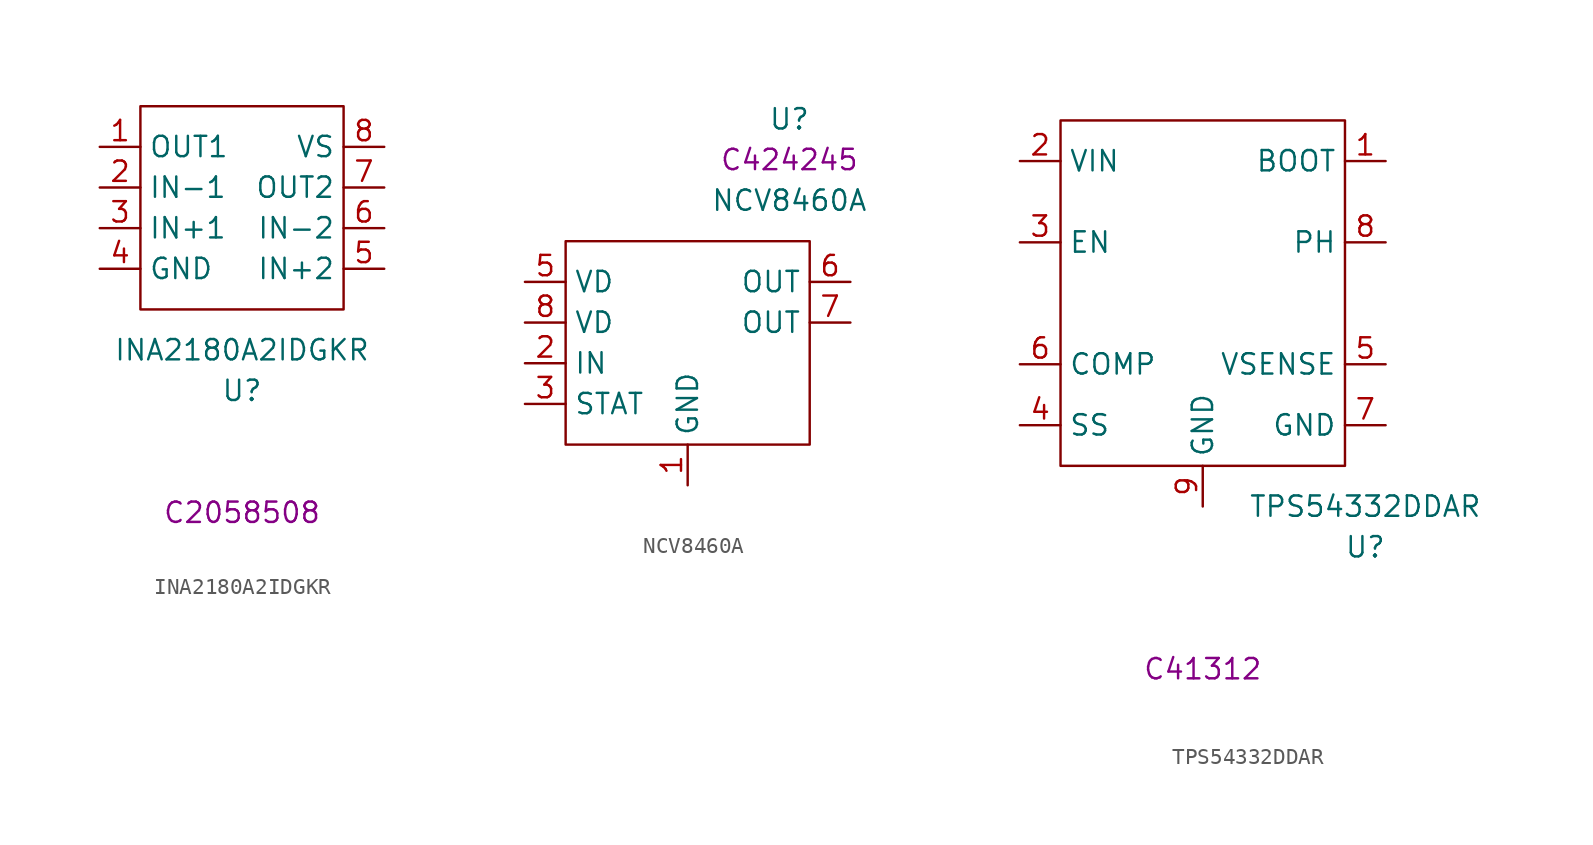
<source format=kicad_sym>
(kicad_symbol_lib
  (version 20220914)
  (generator kicad_symbol_editor)
  (symbol "INA2180A2IDGKR"
    (property "Reference" "U"
      (at 0 -11.43 0)
      (effects (font (size 1.27 1.27))))
    (property "Value" "INA2180A2IDGKR"
      (at 0 -8.89 0)
      (effects (font (size 1.27 1.27))))
    (property "LCSC" "C2058508"
      (at 0 -19.05 0)
      (effects (font (size 1.27 1.27))))
    (symbol "INA2180A2IDGKR_0_1"
      (rectangle (start -6.35 6.35) (end 6.35 -6.35) (stroke (width 0) (type default)) (fill (type none))))
    (symbol "INA2180A2IDGKR_1_1"
      (pin output line (at -8.89 3.81 0) (length 2.54) (name "OUT1" (effects (font (size 1.27 1.27)))) (number "1" (effects (font (size 1.27 1.27)))))
      (pin input line (at -8.89 1.27 0) (length 2.54) (name "IN-1" (effects (font (size 1.27 1.27)))) (number "2" (effects (font (size 1.27 1.27)))))
      (pin input line (at -8.89 -1.27 0) (length 2.54) (name "IN+1" (effects (font (size 1.27 1.27)))) (number "3" (effects (font (size 1.27 1.27)))))
      (pin power_out line (at -8.89 -3.81 0) (length 2.54) (name "GND" (effects (font (size 1.27 1.27)))) (number "4" (effects (font (size 1.27 1.27)))))
      (pin input line (at 8.89 -3.81 180) (length 2.54) (name "IN+2" (effects (font (size 1.27 1.27)))) (number "5" (effects (font (size 1.27 1.27)))))
      (pin input line (at 8.89 -1.27 180) (length 2.54) (name "IN-2" (effects (font (size 1.27 1.27)))) (number "6" (effects (font (size 1.27 1.27)))))
      (pin output line (at 8.89 1.27 180) (length 2.54) (name "OUT2" (effects (font (size 1.27 1.27)))) (number "7" (effects (font (size 1.27 1.27)))))
      (pin power_in line (at 8.89 3.81 180) (length 2.54) (name "VS" (effects (font (size 1.27 1.27)))) (number "8" (effects (font (size 1.27 1.27)))))))
  (symbol "NCV8460A"
    (property "Reference" "U"
      (at 6.35 13.97 0)
      (effects (font (size 1.27 1.27))))
    (property "Value" "NCV8460A"
      (at 6.35 8.89 0)
      (effects (font (size 1.27 1.27))))
    (property "LCSC" "C424245"
      (at 6.35 11.43 0)
      (effects (font (size 1.27 1.27))))
    (symbol "NCV8460A_0_1"
      (rectangle (start -7.62 6.35) (end 7.62 -6.35) (stroke (width 0) (type default)) (fill (type none))))
    (symbol "NCV8460A_1_1"
      (pin power_in line (at 0 -8.89 90) (length 2.54) (name "GND" (effects (font (size 1.27 1.27)))) (number "1" (effects (font (size 1.27 1.27)))))
      (pin input line (at -10.16 -1.27 0) (length 2.54) (name "IN" (effects (font (size 1.27 1.27)))) (number "2" (effects (font (size 1.27 1.27)))))
      (pin output line (at -10.16 -3.81 0) (length 2.54) (name "STAT" (effects (font (size 1.27 1.27)))) (number "3" (effects (font (size 1.27 1.27)))))
      (pin no_connect line (at 2.54 -8.89 90) (length 2.54) hide (name "NC" (effects (font (size 1.27 1.27)))) (number "4" (effects (font (size 1.27 1.27)))))
      (pin power_in line (at -10.16 3.81 0) (length 2.54) (name "VD" (effects (font (size 1.27 1.27)))) (number "5" (effects (font (size 1.27 1.27)))))
      (pin power_out line (at 10.16 3.81 180) (length 2.54) (name "OUT" (effects (font (size 1.27 1.27)))) (number "6" (effects (font (size 1.27 1.27)))))
      (pin power_out line (at 10.16 1.27 180) (length 2.54) (name "OUT" (effects (font (size 1.27 1.27)))) (number "7" (effects (font (size 1.27 1.27)))))
      (pin power_in line (at -10.16 1.27 0) (length 2.54) (name "VD" (effects (font (size 1.27 1.27)))) (number "8" (effects (font (size 1.27 1.27)))))))
  (symbol "TPS54332DDAR"
    (property "Reference" "U"
      (at 10.16 -15.24 0)
      (effects (font (size 1.27 1.27))))
    (property "Value" "TPS54332DDAR"
      (at 10.16 -12.7 0)
      (effects (font (size 1.27 1.27))))
    (property "LCSC" "C41312"
      (at 0 -22.86 0)
      (effects (font (size 1.27 1.27))))
    (symbol "TPS54332DDAR_0_1"
      (rectangle (start -8.89 11.43) (end 8.89 -10.16) (stroke (width 0) (type default)) (fill (type none))))
    (symbol "TPS54332DDAR_1_1"
      (pin input line (at 11.43 8.89 180) (length 2.54) (name "BOOT" (effects (font (size 1.27 1.27)))) (number "1" (effects (font (size 1.27 1.27)))))
      (pin power_in line (at -11.43 8.89 0) (length 2.54) (name "VIN" (effects (font (size 1.27 1.27)))) (number "2" (effects (font (size 1.27 1.27)))))
      (pin input line (at -11.43 3.81 0) (length 2.54) (name "EN" (effects (font (size 1.27 1.27)))) (number "3" (effects (font (size 1.27 1.27)))))
      (pin bidirectional line (at -11.43 -7.62 0) (length 2.54) (name "SS" (effects (font (size 1.27 1.27)))) (number "4" (effects (font (size 1.27 1.27)))))
      (pin input line (at 11.43 -3.81 180) (length 2.54) (name "VSENSE" (effects (font (size 1.27 1.27)))) (number "5" (effects (font (size 1.27 1.27)))))
      (pin input line (at -11.43 -3.81 0) (length 2.54) (name "COMP" (effects (font (size 1.27 1.27)))) (number "6" (effects (font (size 1.27 1.27)))))
      (pin power_in line (at 11.43 -7.62 180) (length 2.54) (name "GND" (effects (font (size 1.27 1.27)))) (number "7" (effects (font (size 1.27 1.27)))))
      (pin power_out line (at 11.43 3.81 180) (length 2.54) (name "PH" (effects (font (size 1.27 1.27)))) (number "8" (effects (font (size 1.27 1.27)))))
      (pin power_in line (at 0 -12.7 90) (length 2.54) (name "GND" (effects (font (size 1.27 1.27)))) (number "9" (effects (font (size 1.27 1.27))))))))
</source>
